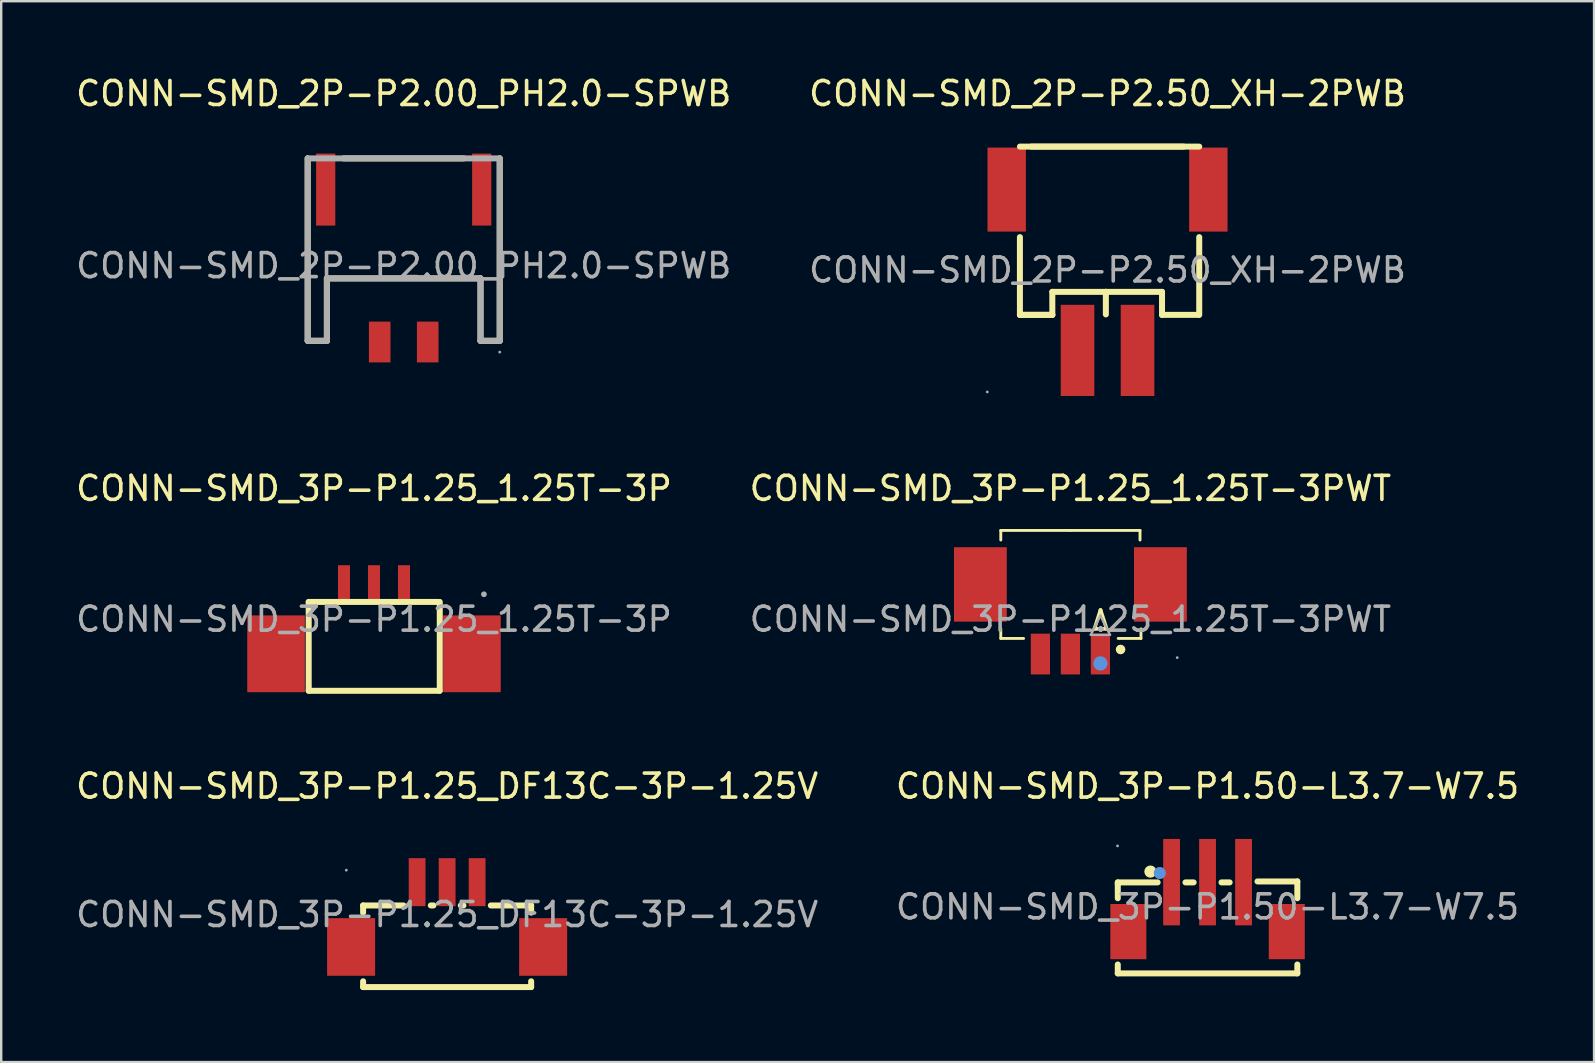
<source format=kicad_pcb>
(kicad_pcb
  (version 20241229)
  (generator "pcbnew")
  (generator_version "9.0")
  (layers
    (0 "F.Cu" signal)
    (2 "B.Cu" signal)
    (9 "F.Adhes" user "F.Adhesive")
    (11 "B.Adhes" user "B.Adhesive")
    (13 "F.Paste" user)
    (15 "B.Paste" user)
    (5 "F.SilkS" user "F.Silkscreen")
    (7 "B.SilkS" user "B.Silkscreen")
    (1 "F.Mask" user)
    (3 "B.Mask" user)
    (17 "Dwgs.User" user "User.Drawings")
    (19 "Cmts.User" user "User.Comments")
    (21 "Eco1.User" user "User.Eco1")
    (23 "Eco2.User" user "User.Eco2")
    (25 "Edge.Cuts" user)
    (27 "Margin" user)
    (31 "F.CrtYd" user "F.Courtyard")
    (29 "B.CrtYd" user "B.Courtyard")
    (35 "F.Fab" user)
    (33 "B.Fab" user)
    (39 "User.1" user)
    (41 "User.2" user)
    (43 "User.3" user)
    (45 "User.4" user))
  (footprint "CONN-SMD_3P-P1.25_DF13C-3P-1.25V"
    (layer "F.Cu")
    (at 15.577 35.05)
    (property "Reference" "CONN-SMD_3P-P1.25_DF13C-3P-1.25V" (at 0 -5.35 0) (layer "F.SilkS") (effects (font (size 1 1) (thickness 0.15))))
    (attr through_hole)
    (fp_line (start -3.5 -0.38) (end -3.5 -0.08) (stroke (width 0.25) (type solid)) (layer "F.SilkS"))
    (fp_line (start -3.5 -0.38) (end -1.82 -0.38) (stroke (width 0.25) (type solid)) (layer "F.SilkS"))
    (fp_line (start -3.5 2.78) (end -3.5 3.02) (stroke (width 0.25) (type solid)) (layer "F.SilkS"))
    (fp_line (start -3.5 3.02) (end 3.5 3.02) (stroke (width 0.25) (type solid)) (layer "F.SilkS"))
    (fp_line (start -0.68 -0.38) (end -0.57 -0.38) (stroke (width 0.25) (type solid)) (layer "F.SilkS"))
    (fp_line (start 0.57 -0.38) (end 0.68 -0.38) (stroke (width 0.25) (type solid)) (layer "F.SilkS"))
    (fp_line (start 1.82 -0.38) (end 3.5 -0.38) (stroke (width 0.25) (type solid)) (layer "F.SilkS"))
    (fp_line (start 3.5 -0.38) (end 3.5 -0.08) (stroke (width 0.25) (type solid)) (layer "F.SilkS"))
    (fp_line (start 3.5 2.78) (end 3.5 3.02) (stroke (width 0.25) (type solid)) (layer "F.SilkS"))
    (fp_circle (center -4.2 -1.85) (end -4.17 -1.85) (stroke (width 0.06) (type solid)) (fill no) (layer "F.Fab"))
    (fp_text user "${REFERENCE}" (at 0 0 0) (layer "F.Fab") (effects (font (size 1 1) (thickness 0.15))))
    (pad "1" smd rect (at -1.25 -1.35 90) (size 2 0.7) (layers "F.Cu" "F.Mask" "F.Paste"))
    (pad "2" smd rect (at 0 -1.35 90) (size 2 0.7) (layers "F.Cu" "F.Mask" "F.Paste"))
    (pad "3" smd rect (at 1.25 -1.35 90) (size 2 0.7) (layers "F.Cu" "F.Mask" "F.Paste"))
    (pad "4" smd rect (at 4 1.35 180) (size 2 2.4) (layers "F.Cu" "F.Mask" "F.Paste"))
    (pad "5" smd rect (at -4 1.35 180) (size 2 2.4) (layers "F.Cu" "F.Mask" "F.Paste")))
  (footprint "CONN-SMD_3P-P1.50-L3.7-W7.5"
    (layer "F.Cu")
    (at 47.256 34.73)
    (property "Reference" "CONN-SMD_3P-P1.50-L3.7-W7.5" (at 0 -5.03 0) (layer "F.SilkS") (effects (font (size 1 1) (thickness 0.15))))
    (attr through_hole)
    (fp_line (start -3.74 -1.02) (end -2.08 -1.02) (stroke (width 0.25) (type solid)) (layer "F.SilkS"))
    (fp_line (start -3.74 -0.94) (end -3.74 -1.02) (stroke (width 0.25) (type solid)) (layer "F.SilkS"))
    (fp_line (start -3.74 -0.36) (end -3.74 -0.94) (stroke (width 0.25) (type solid)) (layer "F.SilkS"))
    (fp_line (start -3.74 2.77) (end -3.74 2.4) (stroke (width 0.25) (type solid)) (layer "F.SilkS"))
    (fp_line (start -0.92 -1.02) (end -0.58 -1.02) (stroke (width 0.25) (type solid)) (layer "F.SilkS"))
    (fp_line (start 0.58 -1.02) (end 0.92 -1.02) (stroke (width 0.25) (type solid)) (layer "F.SilkS"))
    (fp_line (start 2.08 -1.06) (end 3.74 -1.06) (stroke (width 0.25) (type solid)) (layer "F.SilkS"))
    (fp_line (start 3.74 -1.06) (end 3.74 -0.36) (stroke (width 0.25) (type solid)) (layer "F.SilkS"))
    (fp_line (start 3.74 2.4) (end 3.74 2.77) (stroke (width 0.25) (type solid)) (layer "F.SilkS"))
    (fp_line (start 3.74 2.77) (end -3.74 2.77) (stroke (width 0.25) (type solid)) (layer "F.SilkS"))
    (fp_circle (center -2.38 -1.47) (end -2.25 -1.47) (stroke (width 0.25) (type solid)) (fill no) (layer "F.SilkS"))
    (fp_circle (center -1.99 -1.41) (end -1.86 -1.41) (stroke (width 0.25) (type solid)) (fill no) (layer "Cmts.User"))
    (fp_circle (center -3.75 -2.54) (end -3.72 -2.54) (stroke (width 0.06) (type solid)) (fill no) (layer "F.Fab"))
    (fp_text user "${REFERENCE}" (at 0 0 0) (layer "F.Fab") (effects (font (size 1 1) (thickness 0.15))))
    (pad "0" smd rect (at -3.3 1.03) (size 1.5 2.3) (layers "F.Cu" "F.Mask" "F.Paste"))
    (pad "0" smd rect (at 3.3 1.03) (size 1.5 2.3) (layers "F.Cu" "F.Mask" "F.Paste"))
    (pad "1" smd rect (at -1.5 -1.03) (size 0.7 3.6) (layers "F.Cu" "F.Mask" "F.Paste"))
    (pad "2" smd rect (at 0 -1.03) (size 0.7 3.6) (layers "F.Cu" "F.Mask" "F.Paste"))
    (pad "3" smd rect (at 1.5 -1.03) (size 0.7 3.6) (layers "F.Cu" "F.Mask" "F.Paste")))
  (footprint "CONN-SMD_2P-P2.50_XH-2PWB"
    (layer "F.Cu")
    (at 43.089 8.198)
    (property "Reference" "CONN-SMD_2P-P2.50_XH-2PWB" (at 0 -7.35 0) (layer "F.SilkS") (effects (font (size 1 1) (thickness 0.15))))
    (attr through_hole)
    (fp_line (start -3.65 -5.14) (end 3.82 -5.14) (stroke (width 0.25) (type solid)) (layer "F.SilkS"))
    (fp_line (start -3.65 -1.37) (end -3.65 1.87) (stroke (width 0.25) (type solid)) (layer "F.SilkS"))
    (fp_line (start -3.65 1.87) (end -2.3 1.87) (stroke (width 0.25) (type solid)) (layer "F.SilkS"))
    (fp_line (start -3.65 1.87) (end -2.3 1.87) (stroke (width 0.25) (type solid)) (layer "F.SilkS"))
    (fp_line (start -2.3 0.91) (end -0.07 0.91) (stroke (width 0.25) (type solid)) (layer "F.SilkS"))
    (fp_line (start -2.3 1.87) (end -2.3 0.91) (stroke (width 0.25) (type solid)) (layer "F.SilkS"))
    (fp_line (start -0.07 0.91) (end -0.07 1.85) (stroke (width 0.25) (type solid)) (layer "F.SilkS"))
    (fp_line (start -0.07 0.91) (end 2.27 0.91) (stroke (width 0.25) (type solid)) (layer "F.SilkS"))
    (fp_line (start 2.27 0.91) (end 2.27 1.87) (stroke (width 0.25) (type solid)) (layer "F.SilkS"))
    (fp_line (start 2.27 1.87) (end 3.79 1.87) (stroke (width 0.25) (type solid)) (layer "F.SilkS"))
    (fp_line (start 3.17 -5.14) (end -3.17 -5.14) (stroke (width 0.25) (type solid)) (layer "F.SilkS"))
    (fp_line (start 3.82 -1.37) (end 3.82 1.87) (stroke (width 0.25) (type solid)) (layer "F.SilkS"))
    (fp_circle (center -5.01 5.08) (end -4.98 5.08) (stroke (width 0.06) (type solid)) (fill no) (layer "F.Fab"))
    (fp_text user "${REFERENCE}" (at 0 0 0) (layer "F.Fab") (effects (font (size 1 1) (thickness 0.15))))
    (pad "1" smd rect (at -1.25 3.35) (size 1.4 3.8) (layers "F.Cu" "F.Mask" "F.Paste"))
    (pad "2" smd rect (at 1.25 3.35) (size 1.4 3.8) (layers "F.Cu" "F.Mask" "F.Paste"))
    (pad "3" smd rect (at -4.2 -3.35) (size 1.6 3.5) (layers "F.Cu" "F.Mask" "F.Paste"))
    (pad "4" smd rect (at 4.2 -3.35) (size 1.6 3.5) (layers "F.Cu" "F.Mask" "F.Paste")))
  (footprint "CONN-SMD_3P-P1.25_1.25T-3PWT"
    (layer "F.Cu")
    (at 41.542 22.747)
    (property "Reference" "CONN-SMD_3P-P1.25_1.25T-3PWT" (at 0 -5.45 0) (layer "F.SilkS") (effects (font (size 1 1) (thickness 0.15))))
    (attr through_hole)
    (fp_line (start -2.9 -3.7) (end 0 -3.7) (stroke (width 0.12) (type solid)) (layer "F.SilkS"))
    (fp_line (start -2.9 -3.3) (end -2.9 -3.7) (stroke (width 0.12) (type solid)) (layer "F.SilkS"))
    (fp_line (start -2.9 0.8) (end -2.9 0.4) (stroke (width 0.12) (type solid)) (layer "F.SilkS"))
    (fp_line (start -1.95 0.8) (end -2.9 0.8) (stroke (width 0.12) (type solid)) (layer "F.SilkS"))
    (fp_line (start 0 -3.7) (end 2.9 -3.7) (stroke (width 0.12) (type solid)) (layer "F.SilkS"))
    (fp_line (start 1 0.4) (end 1.25 -0.38) (stroke (width 0.15) (type solid)) (layer "F.SilkS"))
    (fp_line (start 1 0.4) (end 1.51 0.4) (stroke (width 0.15) (type solid)) (layer "F.SilkS"))
    (fp_line (start 1.25 -0.38) (end 1.26 -0.38) (stroke (width 0.15) (type solid)) (layer "F.SilkS"))
    (fp_line (start 1.26 -0.38) (end 1.51 0.4) (stroke (width 0.15) (type solid)) (layer "F.SilkS"))
    (fp_line (start 1.99 0.8) (end 2.94 0.8) (stroke (width 0.12) (type solid)) (layer "F.SilkS"))
    (fp_line (start 2.9 -3.7) (end 2.9 -3.3) (stroke (width 0.12) (type solid)) (layer "F.SilkS"))
    (fp_line (start 2.94 0.8) (end 2.94 0.4) (stroke (width 0.12) (type solid)) (layer "F.SilkS"))
    (fp_circle (center 2.09 1.26) (end 2.19 1.26) (stroke (width 0.2) (type solid)) (fill no) (layer "F.SilkS"))
    (fp_circle (center 1.25 1.84) (end 1.4 1.84) (stroke (width 0.3) (type solid)) (fill no) (layer "Cmts.User"))
    (fp_line (start 0.85 0.65) (end 1.65 0.65) (stroke (width 0.1) (type solid)) (layer "F.Fab"))
    (fp_line (start 1.25 -0.15) (end 0.85 0.65) (stroke (width 0.1) (type solid)) (layer "F.Fab"))
    (fp_line (start 1.65 0.65) (end 1.25 -0.15) (stroke (width 0.1) (type solid)) (layer "F.Fab"))
    (fp_circle (center 4.45 1.6) (end 4.48 1.6) (stroke (width 0.06) (type solid)) (fill no) (layer "F.Fab"))
    (fp_text user "${REFERENCE}" (at 0 0 0) (layer "F.Fab") (effects (font (size 1 1) (thickness 0.15))))
    (pad "1" smd rect (at 1.25 1.45 180) (size 0.8 1.7) (layers "F.Cu" "F.Mask" "F.Paste"))
    (pad "2" smd rect (at 0 1.45 180) (size 0.8 1.7) (layers "F.Cu" "F.Mask" "F.Paste"))
    (pad "3" smd rect (at -1.25 1.45 180) (size 0.8 1.7) (layers "F.Cu" "F.Mask" "F.Paste"))
    (pad "4" smd rect (at -3.75 -1.45 180) (size 2.2 3.1) (layers "F.Cu" "F.Mask" "F.Paste"))
    (pad "5" smd rect (at 3.75 -1.45 180) (size 2.2 3.1) (layers "F.Cu" "F.Mask" "F.Paste")))
  (footprint "CONN-SMD_2P-P2.00_PH2.0-SPWB"
    (layer "F.Cu")
    (at 13.768 8.018)
    (property "Reference" "CONN-SMD_2P-P2.00_PH2.0-SPWB" (at 0 -7.17 0) (layer "F.SilkS") (effects (font (size 1 1) (thickness 0.15))))
    (attr through_hole)
    (fp_line (start -4 3.13) (end -4 -4.47) (stroke (width 0.25) (type solid)) (layer "F.SilkS"))
    (fp_line (start -3.2 0.53) (end -3.2 3.13) (stroke (width 0.25) (type solid)) (layer "F.SilkS"))
    (fp_line (start -3.2 3.13) (end -4 3.13) (stroke (width 0.25) (type solid)) (layer "F.SilkS"))
    (fp_line (start -2.5 -4.47) (end 2.5 -4.47) (stroke (width 0.25) (type solid)) (layer "F.SilkS"))
    (fp_line (start 3.2 0.53) (end -3.2 0.53) (stroke (width 0.25) (type solid)) (layer "F.SilkS"))
    (fp_line (start 3.2 3.13) (end 3.2 0.53) (stroke (width 0.25) (type solid)) (layer "F.SilkS"))
    (fp_line (start 4 -4.47) (end 4 3.13) (stroke (width 0.25) (type solid)) (layer "F.SilkS"))
    (fp_line (start 4 3.13) (end 3.2 3.13) (stroke (width 0.25) (type solid)) (layer "F.SilkS"))
    (fp_line (start -4 -4.47) (end 4 -4.47) (stroke (width 0.25) (type solid)) (layer "F.Fab"))
    (fp_line (start -4 3.13) (end -4 -4.47) (stroke (width 0.25) (type solid)) (layer "F.Fab"))
    (fp_line (start -3.2 0.53) (end -3.2 3.13) (stroke (width 0.25) (type solid)) (layer "F.Fab"))
    (fp_line (start -3.2 3.13) (end -4 3.13) (stroke (width 0.25) (type solid)) (layer "F.Fab"))
    (fp_line (start 3.2 0.53) (end -3.2 0.53) (stroke (width 0.25) (type solid)) (layer "F.Fab"))
    (fp_line (start 3.2 3.13) (end 3.2 0.53) (stroke (width 0.25) (type solid)) (layer "F.Fab"))
    (fp_line (start 4 -4.47) (end 4 3.13) (stroke (width 0.25) (type solid)) (layer "F.Fab"))
    (fp_line (start 4 3.13) (end 3.2 3.13) (stroke (width 0.25) (type solid)) (layer "F.Fab"))
    (fp_circle (center 4 3.6) (end 4.03 3.6) (stroke (width 0.06) (type solid)) (fill no) (layer "F.Fab"))
    (fp_text user "${REFERENCE}" (at 0 0 0) (layer "F.Fab") (effects (font (size 1 1) (thickness 0.15))))
    (pad "1" smd rect (at 1 3.18) (size 0.9 1.7) (layers "F.Cu" "F.Mask" "F.Paste"))
    (pad "2" smd rect (at -1 3.18) (size 0.9 1.7) (layers "F.Cu" "F.Mask" "F.Paste"))
    (pad "3" smd rect (at -3.25 -3.17) (size 0.8 3) (layers "F.Cu" "F.Mask" "F.Paste"))
    (pad "4" smd rect (at 3.25 -3.17) (size 0.8 3) (layers "F.Cu" "F.Mask" "F.Paste")))
  (footprint "CONN-SMD_3P-P1.25_1.25T-3P"
    (layer "F.Cu")
    (at 12.53 22.747)
    (property "Reference" "CONN-SMD_3P-P1.25_1.25T-3P" (at 0 -5.45 0) (layer "F.SilkS") (effects (font (size 1 1) (thickness 0.15))))
    (attr through_hole)
    (fp_line (start -2.72 2.98) (end -2.72 -0.72) (stroke (width 0.25) (type solid)) (layer "F.SilkS"))
    (fp_line (start 2.71 -0.72) (end -2.72 -0.72) (stroke (width 0.25) (type solid)) (layer "F.SilkS"))
    (fp_line (start 2.73 2.98) (end -2.72 2.98) (stroke (width 0.25) (type solid)) (layer "F.SilkS"))
    (fp_line (start 2.74 2.98) (end 2.74 -0.72) (stroke (width 0.25) (type solid)) (layer "F.SilkS"))
    (fp_circle (center 4.58 -1.04) (end 4.64 -1.04) (stroke (width 0.12) (type solid)) (fill no) (layer "F.Fab"))
    (fp_text user "${REFERENCE}" (at 0 0 0) (layer "F.Fab") (effects (font (size 1 1) (thickness 0.15))))
    (pad "1" smd rect (at 1.25 -1.45) (size 0.5 1.6) (layers "F.Cu" "F.Mask" "F.Paste"))
    (pad "2" smd rect (at 0 -1.45) (size 0.5 1.6) (layers "F.Cu" "F.Mask" "F.Paste"))
    (pad "3" smd rect (at -1.25 -1.45) (size 0.5 1.6) (layers "F.Cu" "F.Mask" "F.Paste"))
    (pad "4" smd rect (at -4.08 1.44) (size 2.4 3.2) (layers "F.Cu" "F.Mask" "F.Paste"))
    (pad "5" smd rect (at 4.08 1.44) (size 2.4 3.2) (layers "F.Cu" "F.Mask" "F.Paste")))
  (gr_rect
    (start -3 -3)
    (end 63.357 41.195)
    (stroke (width 0.1) (type default))
    (fill no)
    (layer "Edge.Cuts")))
</source>
